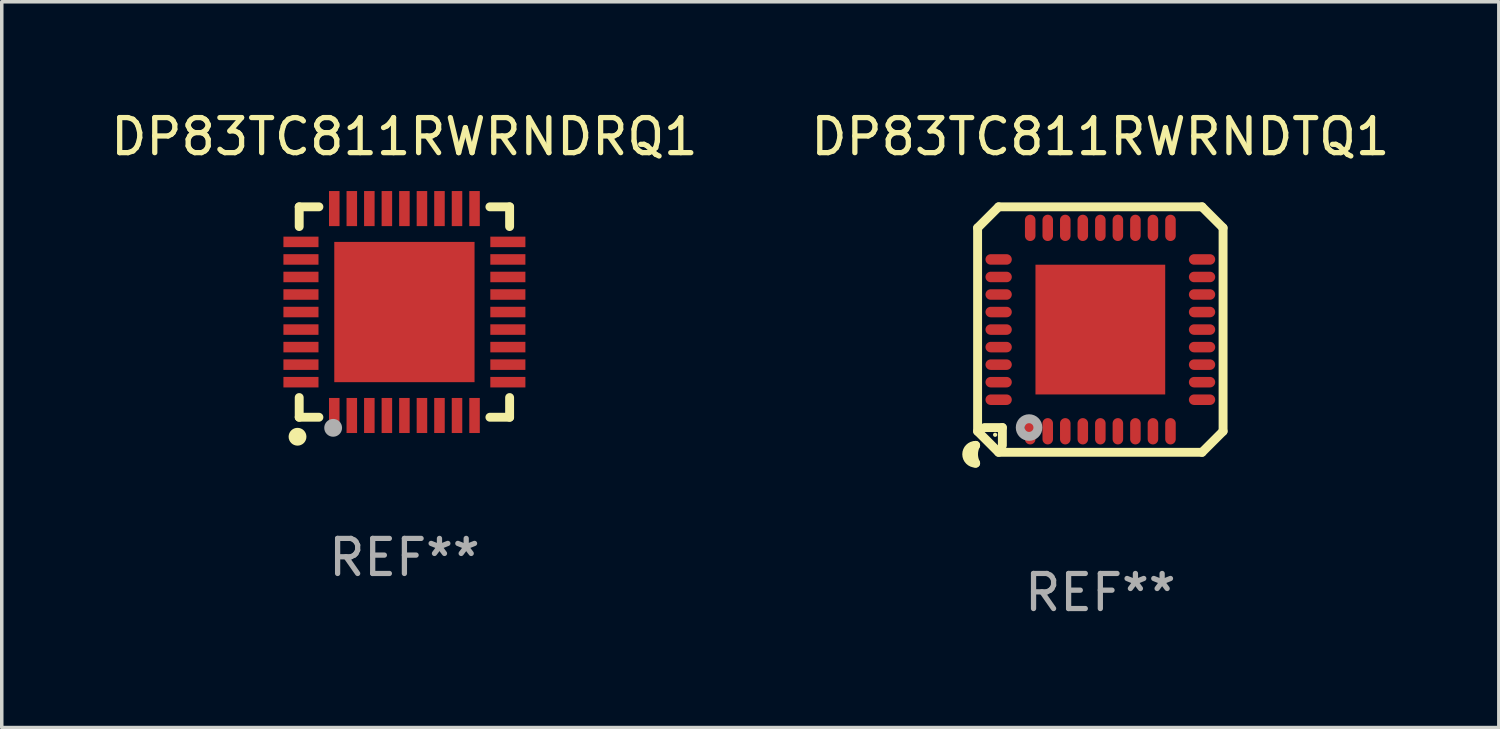
<source format=kicad_pcb>
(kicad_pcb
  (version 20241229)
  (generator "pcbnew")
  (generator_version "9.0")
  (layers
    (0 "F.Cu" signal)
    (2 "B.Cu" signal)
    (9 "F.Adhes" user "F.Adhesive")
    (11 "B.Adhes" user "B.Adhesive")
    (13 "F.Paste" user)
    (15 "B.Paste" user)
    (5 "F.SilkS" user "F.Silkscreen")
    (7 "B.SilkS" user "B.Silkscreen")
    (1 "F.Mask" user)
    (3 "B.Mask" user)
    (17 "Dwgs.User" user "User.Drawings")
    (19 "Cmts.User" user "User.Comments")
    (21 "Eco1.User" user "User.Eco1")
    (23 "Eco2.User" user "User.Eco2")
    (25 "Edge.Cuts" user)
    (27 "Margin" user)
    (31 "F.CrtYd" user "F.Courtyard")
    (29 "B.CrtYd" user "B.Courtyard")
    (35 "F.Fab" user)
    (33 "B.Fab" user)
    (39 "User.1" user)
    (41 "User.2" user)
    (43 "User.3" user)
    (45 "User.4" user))
  (footprint "DP83TC811RWRNDTQ1"
    (layer "F.Cu")
    (at 28.327 6.348)
    (property "Reference" "DP83TC811RWRNDTQ1" (at 0 -5.5 0) (layer "F.SilkS") (effects (font (size 1 1) (thickness 0.15))))
    (attr through_hole)
    (fp_line (start -3.5 2.9) (end -3.5 -2.9) (stroke (width 0.254) (type solid)) (layer "F.SilkS"))
    (fp_line (start -2.9 -3.5) (end -3.5 -2.9) (stroke (width 0.254) (type solid)) (layer "F.SilkS"))
    (fp_line (start -2.9 3.5) (end -3.5 2.9) (stroke (width 0.254) (type solid)) (layer "F.SilkS"))
    (fp_line (start -2.9 3.5) (end 2.9 3.5) (stroke (width 0.254) (type solid)) (layer "F.SilkS"))
    (fp_line (start -2.794 2.794) (end -3.302 2.794) (stroke (width 0.254) (type solid)) (layer "F.SilkS"))
    (fp_line (start -2.794 3.302) (end -2.794 2.794) (stroke (width 0.254) (type solid)) (layer "F.SilkS"))
    (fp_line (start 2.9 -3.5) (end -2.9 -3.5) (stroke (width 0.254) (type solid)) (layer "F.SilkS"))
    (fp_line (start 2.9 3.5) (end 3.5 2.9) (stroke (width 0.254) (type solid)) (layer "F.SilkS"))
    (fp_line (start 3.5 -2.9) (end 2.9 -3.5) (stroke (width 0.254) (type solid)) (layer "F.SilkS"))
    (fp_line (start 3.5 2.9) (end 3.5 -2.9) (stroke (width 0.254) (type solid)) (layer "F.SilkS"))
    (fp_arc (start -3.556007 3.810008) (mid -3.810008 3.556007) (end -3.556007 3.302006) (stroke (width 0.254001) (type solid)) (layer "F.SilkS"))
    (fp_arc (start -3.556007 3.810008) (mid -3.615969 3.556007) (end -3.556007 3.302007) (stroke (width 0.254001) (type solid)) (layer "F.SilkS"))
    (fp_circle (center -3 3) (end -2.97 3) (stroke (width 0.06) (type solid)) (fill no) (layer "F.SilkS"))
    (fp_circle (center -2.032 2.794) (end -1.907 2.794) (stroke (width 0.254) (type solid)) (fill no) (layer "F.Fab"))
    (fp_text user "REF**" (at 0 7.5 0) (layer "F.Fab") (effects (font (size 1 1) (thickness 0.15))))
    (pad "1" smd oval (at -2 2.9) (size 0.3 0.75) (layers "F.Cu" "F.Mask" "F.Paste"))
    (pad "2" smd oval (at -1.5 2.9) (size 0.3 0.75) (layers "F.Cu" "F.Mask" "F.Paste"))
    (pad "3" smd oval (at -1 2.9) (size 0.3 0.75) (layers "F.Cu" "F.Mask" "F.Paste"))
    (pad "4" smd oval (at -0.5 2.9) (size 0.3 0.75) (layers "F.Cu" "F.Mask" "F.Paste"))
    (pad "5" smd oval (at 0 2.9) (size 0.3 0.75) (layers "F.Cu" "F.Mask" "F.Paste"))
    (pad "6" smd oval (at 0.5 2.9) (size 0.3 0.75) (layers "F.Cu" "F.Mask" "F.Paste"))
    (pad "7" smd oval (at 1 2.9) (size 0.3 0.75) (layers "F.Cu" "F.Mask" "F.Paste"))
    (pad "8" smd oval (at 1.5 2.9) (size 0.3 0.75) (layers "F.Cu" "F.Mask" "F.Paste"))
    (pad "9" smd oval (at 2 2.9) (size 0.3 0.75) (layers "F.Cu" "F.Mask" "F.Paste"))
    (pad "10" smd oval (at 2.9 2) (size 0.75 0.3) (layers "F.Cu" "F.Mask" "F.Paste"))
    (pad "11" smd oval (at 2.9 1.5) (size 0.75 0.3) (layers "F.Cu" "F.Mask" "F.Paste"))
    (pad "12" smd oval (at 2.9 1) (size 0.75 0.3) (layers "F.Cu" "F.Mask" "F.Paste"))
    (pad "13" smd oval (at 2.9 0.5) (size 0.75 0.3) (layers "F.Cu" "F.Mask" "F.Paste"))
    (pad "14" smd oval (at 2.9 0.000102) (size 0.75 0.3) (layers "F.Cu" "F.Mask" "F.Paste"))
    (pad "15" smd oval (at 2.9 -0.5) (size 0.75 0.3) (layers "F.Cu" "F.Mask" "F.Paste"))
    (pad "16" smd oval (at 2.9 -1) (size 0.75 0.3) (layers "F.Cu" "F.Mask" "F.Paste"))
    (pad "17" smd oval (at 2.9 -1.5) (size 0.75 0.3) (layers "F.Cu" "F.Mask" "F.Paste"))
    (pad "18" smd oval (at 2.9 -2) (size 0.75 0.3) (layers "F.Cu" "F.Mask" "F.Paste"))
    (pad "19" smd oval (at 2 -2.9) (size 0.3 0.75) (layers "F.Cu" "F.Mask" "F.Paste"))
    (pad "20" smd oval (at 1.5 -2.9) (size 0.3 0.75) (layers "F.Cu" "F.Mask" "F.Paste"))
    (pad "21" smd oval (at 1 -2.9) (size 0.3 0.75) (layers "F.Cu" "F.Mask" "F.Paste"))
    (pad "22" smd oval (at 0.5 -2.9) (size 0.3 0.75) (layers "F.Cu" "F.Mask" "F.Paste"))
    (pad "23" smd oval (at 0 -2.9) (size 0.3 0.75) (layers "F.Cu" "F.Mask" "F.Paste"))
    (pad "24" smd oval (at -0.5 -2.9) (size 0.3 0.75) (layers "F.Cu" "F.Mask" "F.Paste"))
    (pad "25" smd oval (at -1 -2.9) (size 0.3 0.75) (layers "F.Cu" "F.Mask" "F.Paste"))
    (pad "26" smd oval (at -1.5 -2.9) (size 0.3 0.75) (layers "F.Cu" "F.Mask" "F.Paste"))
    (pad "27" smd oval (at -2 -2.9) (size 0.3 0.75) (layers "F.Cu" "F.Mask" "F.Paste"))
    (pad "28" smd oval (at -2.9 -2) (size 0.75 0.3) (layers "F.Cu" "F.Mask" "F.Paste"))
    (pad "29" smd oval (at -2.9 -1.5) (size 0.75 0.3) (layers "F.Cu" "F.Mask" "F.Paste"))
    (pad "30" smd oval (at -2.9 -1) (size 0.75 0.3) (layers "F.Cu" "F.Mask" "F.Paste"))
    (pad "31" smd oval (at -2.9 -0.5) (size 0.75 0.3) (layers "F.Cu" "F.Mask" "F.Paste"))
    (pad "32" smd oval (at -2.9 0.000102) (size 0.75 0.3) (layers "F.Cu" "F.Mask" "F.Paste"))
    (pad "33" smd oval (at -2.9 0.5) (size 0.75 0.3) (layers "F.Cu" "F.Mask" "F.Paste"))
    (pad "34" smd oval (at -2.9 1) (size 0.75 0.3) (layers "F.Cu" "F.Mask" "F.Paste"))
    (pad "35" smd oval (at -2.9 1.5) (size 0.75 0.3) (layers "F.Cu" "F.Mask" "F.Paste"))
    (pad "36" smd oval (at -2.9 2) (size 0.75 0.3) (layers "F.Cu" "F.Mask" "F.Paste"))
    (pad "37" smd rect (at 0 0.000102) (size 3.7 3.7) (layers "F.Cu" "F.Mask" "F.Paste")))
  (footprint "DP83TC811RWRNDRQ1"
    (layer "F.Cu")
    (at 8.482 5.848)
    (property "Reference" "DP83TC811RWRNDRQ1" (at 0 -5 0) (layer "F.SilkS") (effects (font (size 1 1) (thickness 0.15))))
    (attr through_hole)
    (fp_line (start -3 -3) (end -2.438 -3) (stroke (width 0.254) (type solid)) (layer "F.SilkS"))
    (fp_line (start -3 -2.438) (end -3 -3) (stroke (width 0.254) (type solid)) (layer "F.SilkS"))
    (fp_line (start -3 3) (end -3 2.438) (stroke (width 0.254) (type solid)) (layer "F.SilkS"))
    (fp_line (start -3 3) (end -2.438 3) (stroke (width 0.254) (type solid)) (layer "F.SilkS"))
    (fp_line (start 2.438 -3) (end 3 -3) (stroke (width 0.254) (type solid)) (layer "F.SilkS"))
    (fp_line (start 2.438 3) (end 3 3) (stroke (width 0.254) (type solid)) (layer "F.SilkS"))
    (fp_line (start 3 -3) (end 3 -2.438) (stroke (width 0.254) (type solid)) (layer "F.SilkS"))
    (fp_line (start 3 2.438) (end 3 3) (stroke (width 0.254) (type solid)) (layer "F.SilkS"))
    (fp_circle (center -3.048 3.556) (end -2.921 3.556) (stroke (width 0.254) (type solid)) (fill no) (layer "F.SilkS"))
    (fp_circle (center -3 3) (end -2.97 3) (stroke (width 0.06) (type solid)) (fill no) (layer "F.SilkS"))
    (fp_circle (center -2.032 3.302) (end -1.905 3.302) (stroke (width 0.254) (type solid)) (fill no) (layer "F.Fab"))
    (fp_text user "REF**" (at 0 7 0) (layer "F.Fab") (effects (font (size 1 1) (thickness 0.15))))
    (pad "1" smd rect (at -2 2.95 180) (size 0.3 1) (layers "F.Cu" "F.Mask" "F.Paste"))
    (pad "2" smd rect (at -1.5 2.95 180) (size 0.3 1) (layers "F.Cu" "F.Mask" "F.Paste"))
    (pad "3" smd rect (at -1 2.95 180) (size 0.3 1) (layers "F.Cu" "F.Mask" "F.Paste"))
    (pad "4" smd rect (at -0.5 2.95 180) (size 0.3 1) (layers "F.Cu" "F.Mask" "F.Paste"))
    (pad "5" smd rect (at 0 2.95 180) (size 0.3 1) (layers "F.Cu" "F.Mask" "F.Paste"))
    (pad "6" smd rect (at 0.5 2.95 180) (size 0.3 1) (layers "F.Cu" "F.Mask" "F.Paste"))
    (pad "7" smd rect (at 1 2.95 180) (size 0.3 1) (layers "F.Cu" "F.Mask" "F.Paste"))
    (pad "8" smd rect (at 1.5 2.95 180) (size 0.3 1) (layers "F.Cu" "F.Mask" "F.Paste"))
    (pad "9" smd rect (at 2 2.95 180) (size 0.3 1) (layers "F.Cu" "F.Mask" "F.Paste"))
    (pad "10" smd rect (at 2.95 2 270) (size 0.3 1) (layers "F.Cu" "F.Mask" "F.Paste"))
    (pad "11" smd rect (at 2.95 1.5 270) (size 0.3 1) (layers "F.Cu" "F.Mask" "F.Paste"))
    (pad "12" smd rect (at 2.95 1 270) (size 0.3 1) (layers "F.Cu" "F.Mask" "F.Paste"))
    (pad "13" smd rect (at 2.95 0.5 270) (size 0.3 1) (layers "F.Cu" "F.Mask" "F.Paste"))
    (pad "14" smd rect (at 2.95 0.000025 270) (size 0.3 1) (layers "F.Cu" "F.Mask" "F.Paste"))
    (pad "15" smd rect (at 2.95 -0.5 270) (size 0.3 1) (layers "F.Cu" "F.Mask" "F.Paste"))
    (pad "16" smd rect (at 2.95 -1 270) (size 0.3 1) (layers "F.Cu" "F.Mask" "F.Paste"))
    (pad "17" smd rect (at 2.95 -1.5 270) (size 0.3 1) (layers "F.Cu" "F.Mask" "F.Paste"))
    (pad "18" smd rect (at 2.95 -2 270) (size 0.3 1) (layers "F.Cu" "F.Mask" "F.Paste"))
    (pad "19" smd rect (at 2 -2.95) (size 0.3 1) (layers "F.Cu" "F.Mask" "F.Paste"))
    (pad "20" smd rect (at 1.5 -2.95) (size 0.3 1) (layers "F.Cu" "F.Mask" "F.Paste"))
    (pad "21" smd rect (at 1 -2.95) (size 0.3 1) (layers "F.Cu" "F.Mask" "F.Paste"))
    (pad "22" smd rect (at 0.5 -2.95) (size 0.3 1) (layers "F.Cu" "F.Mask" "F.Paste"))
    (pad "23" smd rect (at 0 -2.95) (size 0.3 1) (layers "F.Cu" "F.Mask" "F.Paste"))
    (pad "24" smd rect (at -0.5 -2.95) (size 0.3 1) (layers "F.Cu" "F.Mask" "F.Paste"))
    (pad "25" smd rect (at -1 -2.95) (size 0.3 1) (layers "F.Cu" "F.Mask" "F.Paste"))
    (pad "26" smd rect (at -1.5 -2.95) (size 0.3 1) (layers "F.Cu" "F.Mask" "F.Paste"))
    (pad "27" smd rect (at -2 -2.95) (size 0.3 1) (layers "F.Cu" "F.Mask" "F.Paste"))
    (pad "28" smd rect (at -2.95 -2 90) (size 0.3 1) (layers "F.Cu" "F.Mask" "F.Paste"))
    (pad "29" smd rect (at -2.95 -1.5 90) (size 0.3 1) (layers "F.Cu" "F.Mask" "F.Paste"))
    (pad "30" smd rect (at -2.95 -1 90) (size 0.3 1) (layers "F.Cu" "F.Mask" "F.Paste"))
    (pad "31" smd rect (at -2.95 -0.5 90) (size 0.3 1) (layers "F.Cu" "F.Mask" "F.Paste"))
    (pad "32" smd rect (at -2.95 -0.000025 90) (size 0.3 1) (layers "F.Cu" "F.Mask" "F.Paste"))
    (pad "33" smd rect (at -2.95 0.5 90) (size 0.3 1) (layers "F.Cu" "F.Mask" "F.Paste"))
    (pad "34" smd rect (at -2.95 1 90) (size 0.3 1) (layers "F.Cu" "F.Mask" "F.Paste"))
    (pad "35" smd rect (at -2.95 1.5 90) (size 0.3 1) (layers "F.Cu" "F.Mask" "F.Paste"))
    (pad "36" smd rect (at -2.95 2 90) (size 0.3 1) (layers "F.Cu" "F.Mask" "F.Paste"))
    (pad "37" smd rect (at 0 -0.000051 90) (size 4 4) (layers "F.Cu" "F.Mask" "F.Paste")))
  (gr_rect
    (start -3 -3)
    (end 39.69 17.697)
    (stroke (width 0.1) (type default))
    (fill no)
    (layer "Edge.Cuts")))
</source>
